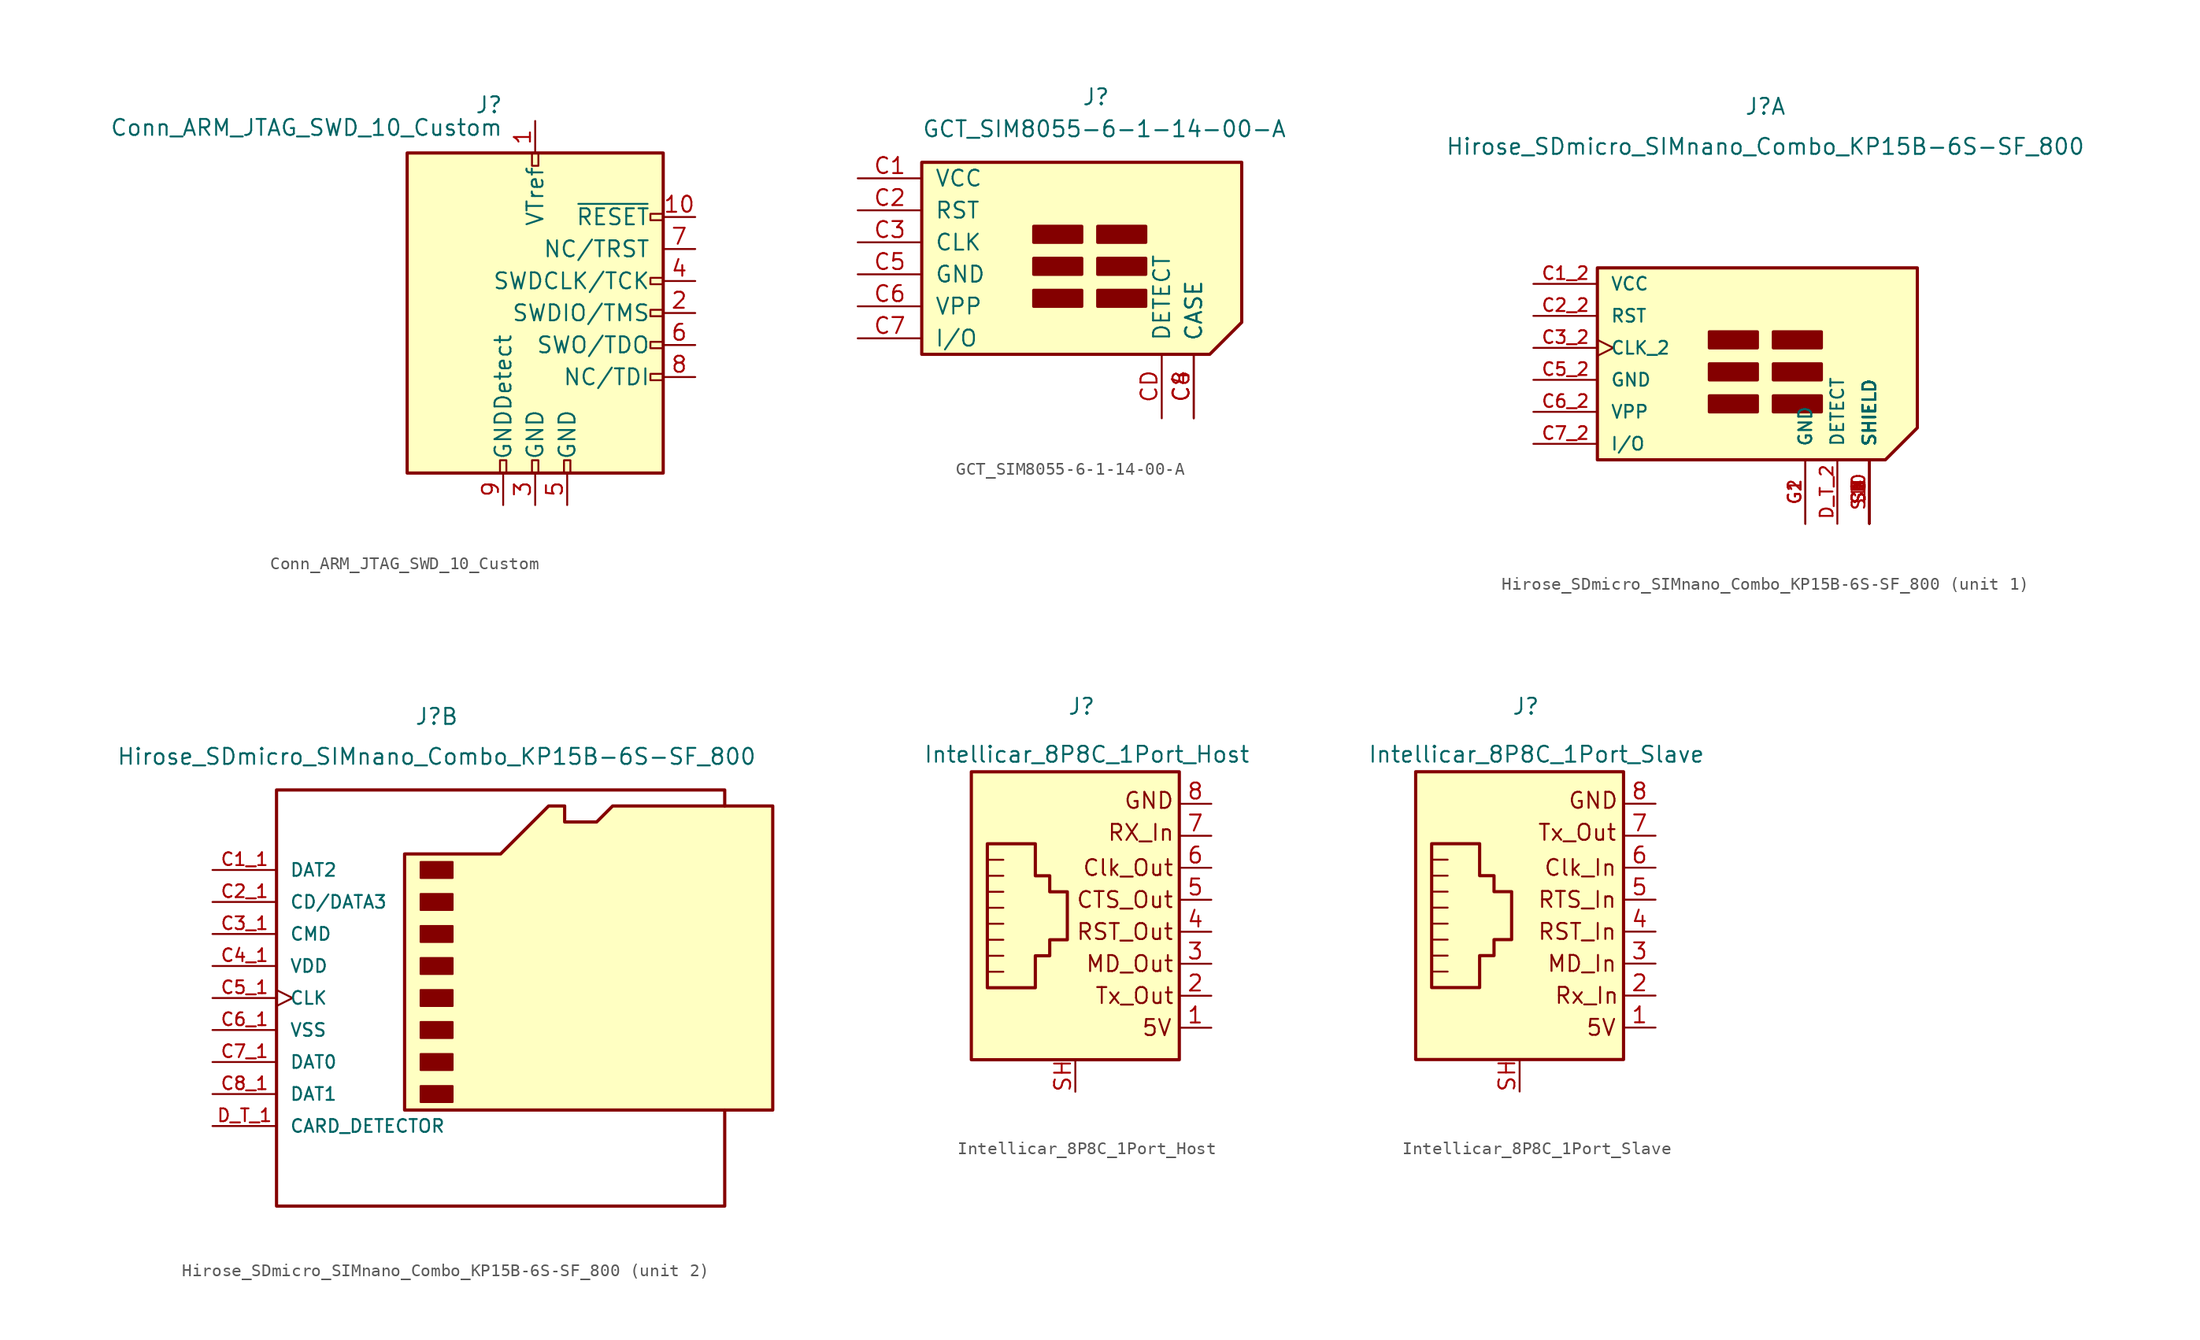
<source format=kicad_sym>
(kicad_symbol_lib
  (version 20211014)
  (generator kicad_symbol_editor)
  (symbol "Conn_ARM_JTAG_SWD_10_Custom"
    (pin_names
      (offset 1.016))
    (property "Reference" "J"
      (at -2.54 16.51 0)
      (effects (font (size 1.27 1.27)) (justify right)))
    (property "Value" "Conn_ARM_JTAG_SWD_10_Custom"
      (at -2.54 13.97 0)
      (effects (font (size 1.27 1.27)) (justify right bottom)))
    (symbol "Conn_ARM_JTAG_SWD_10_Custom_0_1"
      (rectangle (start -10.16 12.7) (end 10.16 -12.7) (stroke (width 0.254) (type default) (color 0 0 0 0)) (fill (type background)))
      (rectangle (start -2.794 -12.7) (end -2.286 -11.684) (stroke (width 0) (type default) (color 0 0 0 0)) (fill (type none)))
      (rectangle (start -0.254 -11.684) (end 0.254 -12.7) (stroke (width 0) (type default) (color 0 0 0 0)) (fill (type none)))
      (rectangle (start -0.254 12.7) (end 0.254 11.684) (stroke (width 0) (type default) (color 0 0 0 0)) (fill (type none)))
      (rectangle (start 2.286 -12.7) (end 2.794 -11.684) (stroke (width 0) (type default) (color 0 0 0 0)) (fill (type none)))
      (rectangle (start 9.144 2.286) (end 10.16 2.794) (stroke (width 0) (type default) (color 0 0 0 0)) (fill (type none)))
      (rectangle (start 10.16 -2.794) (end 9.144 -2.286) (stroke (width 0) (type default) (color 0 0 0 0)) (fill (type none)))
      (rectangle (start 10.16 -0.254) (end 9.144 0.254) (stroke (width 0) (type default) (color 0 0 0 0)) (fill (type none)))
      (rectangle (start 10.16 7.874) (end 9.144 7.366) (stroke (width 0) (type default) (color 0 0 0 0)) (fill (type none))))
    (symbol "Conn_ARM_JTAG_SWD_10_Custom_1_1"
      (rectangle (start 9.144 -5.334) (end 10.16 -4.826) (stroke (width 0) (type default) (color 0 0 0 0)) (fill (type none)))
      (pin power_in line (at 0 15.24 270) (length 2.54) (name "VTref" (effects (font (size 1.27 1.27)))) (number "1" (effects (font (size 1.27 1.27)))))
      (pin open_collector line (at 12.7 7.62 180) (length 2.54) (name "~{RESET}" (effects (font (size 1.27 1.27)))) (number "10" (effects (font (size 1.27 1.27)))))
      (pin bidirectional line (at 12.7 0 180) (length 2.54) (name "SWDIO/TMS" (effects (font (size 1.27 1.27)))) (number "2" (effects (font (size 1.27 1.27)))))
      (pin power_in line (at 0 -15.24 90) (length 2.54) (name "GND" (effects (font (size 1.27 1.27)))) (number "3" (effects (font (size 1.27 1.27)))))
      (pin output line (at 12.7 2.54 180) (length 2.54) (name "SWDCLK/TCK" (effects (font (size 1.27 1.27)))) (number "4" (effects (font (size 1.27 1.27)))))
      (pin power_in line (at 2.54 -15.24 90) (length 2.54) (name "GND" (effects (font (size 1.27 1.27)))) (number "5" (effects (font (size 1.27 1.27)))))
      (pin input line (at 12.7 -2.54 180) (length 2.54) (name "SWO/TDO" (effects (font (size 1.27 1.27)))) (number "6" (effects (font (size 1.27 1.27)))))
      (pin no_connect line (at -10.16 0 0) (length 2.54) hide (name "KEY" (effects (font (size 1.27 1.27)))) (number "7" (effects (font (size 1.27 1.27)))))
      (pin output line (at 12.7 5.08 180) (length 2.54) (name "NC/TRST" (effects (font (size 1.27 1.27)))) (number "7" (effects (font (size 1.27 1.27)))))
      (pin output line (at 12.7 -5.08 180) (length 2.54) (name "NC/TDI" (effects (font (size 1.27 1.27)))) (number "8" (effects (font (size 1.27 1.27)))))
      (pin passive line (at -2.54 -15.24 90) (length 2.54) (name "GNDDetect" (effects (font (size 1.27 1.27)))) (number "9" (effects (font (size 1.27 1.27)))))))
  (symbol "GCT_SIM8055-6-1-14-00-A"
    (pin_names
      (offset 1.016))
    (property "Reference" "J"
      (at -0.635 12.7 0)
      (effects (font (size 1.27 1.27)) (justify left bottom)))
    (property "Value" "GCT_SIM8055-6-1-14-00-A"
      (at -13.335 10.16 0)
      (effects (font (size 1.27 1.27)) (justify left bottom)))
    (symbol "GCT_SIM8055-6-1-14-00-A_1_1"
      (rectangle (start -4.445 -3.175) (end -0.635 -1.905) (stroke (width 0.254) (type default) (color 0 0 0 0)) (fill (type outline)))
      (rectangle (start -4.445 -0.635) (end -0.635 0.635) (stroke (width 0.254) (type default) (color 0 0 0 0)) (fill (type outline)))
      (rectangle (start -4.445 1.905) (end -0.635 3.175) (stroke (width 0.254) (type default) (color 0 0 0 0)) (fill (type outline)))
      (polyline (pts (xy -13.335 8.255) (xy 12.065 8.255) (xy 12.065 -4.445) (xy 9.525 -6.985) (xy -13.335 -6.985) (xy -13.335 8.255)) (stroke (width 0.254) (type default) (color 0 0 0 0)) (fill (type background)))
      (rectangle (start 0.635 -1.905) (end 4.445 -3.175) (stroke (width 0.254) (type default) (color 0 0 0 0)) (fill (type outline)))
      (rectangle (start 0.635 -0.635) (end 4.445 0.635) (stroke (width 0.254) (type default) (color 0 0 0 0)) (fill (type outline)))
      (rectangle (start 0.635 1.905) (end 4.445 3.175) (stroke (width 0.254) (type default) (color 0 0 0 0)) (fill (type outline)))
      (pin power_in line (at -18.415 6.985 0) (length 5.08) (name "VCC" (effects (font (size 1.27 1.27)))) (number "C1" (effects (font (size 1.27 1.27)))))
      (pin input line (at -18.415 4.445 0) (length 5.08) (name "RST" (effects (font (size 1.27 1.27)))) (number "C2" (effects (font (size 1.27 1.27)))))
      (pin input line (at -18.415 1.905 0) (length 5.08) (name "CLK" (effects (font (size 1.27 1.27)))) (number "C3" (effects (font (size 1.27 1.27)))))
      (pin input line (at 8.255 -12.065 90) (length 5.08) (name "CASE" (effects (font (size 1.27 1.27)))) (number "C4" (effects (font (size 1.27 1.27)))))
      (pin power_in line (at -18.415 -0.635 0) (length 5.08) (name "GND" (effects (font (size 1.27 1.27)))) (number "C5" (effects (font (size 1.27 1.27)))))
      (pin input line (at -18.415 -3.175 0) (length 5.08) (name "VPP" (effects (font (size 1.27 1.27)))) (number "C6" (effects (font (size 1.27 1.27)))))
      (pin bidirectional line (at -18.415 -5.715 0) (length 5.08) (name "I/O" (effects (font (size 1.27 1.27)))) (number "C7" (effects (font (size 1.27 1.27)))))
      (pin input line (at 8.255 -12.065 90) (length 5.08) (name "CASE" (effects (font (size 1.27 1.27)))) (number "C8" (effects (font (size 1.27 1.27)))))
      (pin input line (at 5.715 -12.065 90) (length 5.08) (name "DETECT" (effects (font (size 1.27 1.27)))) (number "CD" (effects (font (size 1.27 1.27)))))))
  (symbol "Hirose_SDmicro_SIMnano_Combo_KP15B-6S-SF_800"
    (pin_names
      (offset 1.016))
    (property "Reference" "J"
      (at 0 20.32 0)
      (effects (font (size 1.27 1.27)) (justify bottom)))
    (property "Value" "Hirose_SDmicro_SIMnano_Combo_KP15B-6S-SF_800"
      (at 0 17.145 0)
      (effects (font (size 1.27 1.27)) (justify bottom)))
    (property "ki_locked" ""
      (at 0 0 0)
      (effects (font (size 1.27 1.27))))
    (symbol "Hirose_SDmicro_SIMnano_Combo_KP15B-6S-SF_800_1_1"
      (rectangle (start -4.445 -3.175) (end -0.635 -1.905) (stroke (width 0.254) (type default) (color 0 0 0 0)) (fill (type outline)))
      (rectangle (start -4.445 -0.635) (end -0.635 0.635) (stroke (width 0.254) (type default) (color 0 0 0 0)) (fill (type outline)))
      (rectangle (start -4.445 1.905) (end -0.635 3.175) (stroke (width 0.254) (type default) (color 0 0 0 0)) (fill (type outline)))
      (polyline (pts (xy -13.335 8.255) (xy 12.065 8.255) (xy 12.065 -4.445) (xy 9.525 -6.985) (xy -13.335 -6.985) (xy -13.335 8.255)) (stroke (width 0.254) (type default) (color 0 0 0 0)) (fill (type background)))
      (rectangle (start 0.635 -1.905) (end 4.445 -3.175) (stroke (width 0.254) (type default) (color 0 0 0 0)) (fill (type outline)))
      (rectangle (start 0.635 -0.635) (end 4.445 0.635) (stroke (width 0.254) (type default) (color 0 0 0 0)) (fill (type outline)))
      (rectangle (start 0.635 1.905) (end 4.445 3.175) (stroke (width 0.254) (type default) (color 0 0 0 0)) (fill (type outline)))
      (pin power_in line (at -18.415 6.985 0) (length 5.08) (name "VCC" (effects (font (size 1.016 1.016)))) (number "C1_2" (effects (font (size 1.016 1.016)))))
      (pin input line (at -18.415 4.445 0) (length 5.08) (name "RST" (effects (font (size 1.016 1.016)))) (number "C2_2" (effects (font (size 1.016 1.016)))))
      (pin input clock (at -18.415 1.905 0) (length 5.08) (name "CLK_2" (effects (font (size 1.016 1.016)))) (number "C3_2" (effects (font (size 1.016 1.016)))))
      (pin power_in line (at -18.415 -0.635 0) (length 5.08) (name "GND" (effects (font (size 1.016 1.016)))) (number "C5_2" (effects (font (size 1.016 1.016)))))
      (pin power_in line (at -18.415 -3.175 0) (length 5.08) (name "VPP" (effects (font (size 1.016 1.016)))) (number "C6_2" (effects (font (size 1.016 1.016)))))
      (pin bidirectional line (at -18.415 -5.715 0) (length 5.08) (name "I/O" (effects (font (size 1.016 1.016)))) (number "C7_2" (effects (font (size 1.016 1.016)))))
      (pin bidirectional line (at 5.715 -12.065 90) (length 5.08) (name "DETECT" (effects (font (size 1.016 1.016)))) (number "D_T_2" (effects (font (size 1.016 1.016)))))
      (pin power_in line (at 3.175 -12.065 90) (length 5.08) (name "GND" (effects (font (size 1.016 1.016)))) (number "G1" (effects (font (size 1.016 1.016)))))
      (pin power_in line (at 3.175 -12.065 90) (length 5.08) (name "GND" (effects (font (size 1.016 1.016)))) (number "G2" (effects (font (size 1.016 1.016)))))
      (pin passive line (at 8.255 -12.065 90) (length 5.08) (name "SHIELD" (effects (font (size 1.016 1.016)))) (number "S1" (effects (font (size 1.016 1.016)))))
      (pin passive line (at 8.255 -12.065 90) (length 5.08) (name "SHIELD" (effects (font (size 1.016 1.016)))) (number "S10" (effects (font (size 1.016 1.016)))))
      (pin passive line (at 8.255 -12.065 90) (length 5.08) (name "SHIELD" (effects (font (size 1.016 1.016)))) (number "S2" (effects (font (size 1.016 1.016)))))
      (pin passive line (at 8.255 -12.065 90) (length 5.08) (name "SHIELD" (effects (font (size 1.016 1.016)))) (number "S3" (effects (font (size 1.016 1.016)))))
      (pin passive line (at 8.255 -12.065 90) (length 5.08) (name "SHIELD" (effects (font (size 1.016 1.016)))) (number "S4" (effects (font (size 1.016 1.016)))))
      (pin passive line (at 8.255 -12.065 90) (length 5.08) (name "SHIELD" (effects (font (size 1.016 1.016)))) (number "S5" (effects (font (size 1.016 1.016)))))
      (pin passive line (at 8.255 -12.065 90) (length 5.08) (name "SHIELD" (effects (font (size 1.016 1.016)))) (number "S6" (effects (font (size 1.016 1.016)))))
      (pin passive line (at 8.255 -12.065 90) (length 5.08) (name "SHIELD" (effects (font (size 1.016 1.016)))) (number "S7" (effects (font (size 1.016 1.016)))))
      (pin passive line (at 8.255 -12.065 90) (length 5.08) (name "SHIELD" (effects (font (size 1.016 1.016)))) (number "S8" (effects (font (size 1.016 1.016)))))
      (pin passive line (at 8.255 -12.065 90) (length 5.08) (name "SHIELD" (effects (font (size 1.016 1.016)))) (number "S9" (effects (font (size 1.016 1.016))))))
    (symbol "Hirose_SDmicro_SIMnano_Combo_KP15B-6S-SF_800_2_1"
      (rectangle (start -1.27 -8.255) (end 1.27 -9.525) (stroke (width 0) (type default) (color 0 0 0 0)) (fill (type outline)))
      (rectangle (start -1.27 -5.715) (end 1.27 -6.985) (stroke (width 0) (type default) (color 0 0 0 0)) (fill (type outline)))
      (rectangle (start -1.27 -3.175) (end 1.27 -4.445) (stroke (width 0) (type default) (color 0 0 0 0)) (fill (type outline)))
      (rectangle (start -1.27 -0.635) (end 1.27 -1.905) (stroke (width 0) (type default) (color 0 0 0 0)) (fill (type outline)))
      (rectangle (start -1.27 1.905) (end 1.27 0.635) (stroke (width 0) (type default) (color 0 0 0 0)) (fill (type outline)))
      (rectangle (start -1.27 4.445) (end 1.27 3.175) (stroke (width 0) (type default) (color 0 0 0 0)) (fill (type outline)))
      (rectangle (start -1.27 6.985) (end 1.27 5.715) (stroke (width 0) (type default) (color 0 0 0 0)) (fill (type outline)))
      (rectangle (start -1.27 9.525) (end 1.27 8.255) (stroke (width 0) (type default) (color 0 0 0 0)) (fill (type outline)))
      (polyline (pts (xy 22.86 13.97) (xy 22.86 15.24) (xy -12.7 15.24) (xy -12.7 -17.78) (xy 22.86 -17.78) (xy 22.86 -10.16)) (stroke (width 0.254) (type default) (color 0 0 0 0)) (fill (type none)))
      (polyline (pts (xy -2.54 -10.16) (xy -2.54 10.16) (xy 5.08 10.16) (xy 8.89 13.97) (xy 10.16 13.97) (xy 10.16 12.7) (xy 12.7 12.7) (xy 13.97 13.97) (xy 26.67 13.97) (xy 26.67 -10.16) (xy -2.54 -10.16)) (stroke (width 0.254) (type default) (color 0 0 0 0)) (fill (type background)))
      (pin bidirectional line (at -17.78 8.89 0) (length 5.08) (name "DAT2" (effects (font (size 1.016 1.016)))) (number "C1_1" (effects (font (size 1.016 1.016)))))
      (pin bidirectional line (at -17.78 6.35 0) (length 5.08) (name "CD/DATA3" (effects (font (size 1.016 1.016)))) (number "C2_1" (effects (font (size 1.016 1.016)))))
      (pin input line (at -17.78 3.81 0) (length 5.08) (name "CMD" (effects (font (size 1.016 1.016)))) (number "C3_1" (effects (font (size 1.016 1.016)))))
      (pin power_in line (at -17.78 1.27 0) (length 5.08) (name "VDD" (effects (font (size 1.016 1.016)))) (number "C4_1" (effects (font (size 1.016 1.016)))))
      (pin input clock (at -17.78 -1.27 0) (length 5.08) (name "CLK" (effects (font (size 1.016 1.016)))) (number "C5_1" (effects (font (size 1.016 1.016)))))
      (pin power_in line (at -17.78 -3.81 0) (length 5.08) (name "VSS" (effects (font (size 1.016 1.016)))) (number "C6_1" (effects (font (size 1.016 1.016)))))
      (pin bidirectional line (at -17.78 -6.35 0) (length 5.08) (name "DAT0" (effects (font (size 1.016 1.016)))) (number "C7_1" (effects (font (size 1.016 1.016)))))
      (pin bidirectional line (at -17.78 -8.89 0) (length 5.08) (name "DAT1" (effects (font (size 1.016 1.016)))) (number "C8_1" (effects (font (size 1.016 1.016)))))
      (pin bidirectional line (at -17.78 -11.43 0) (length 5.08) (name "CARD_DETECTOR" (effects (font (size 1.016 1.016)))) (number "D_T_1" (effects (font (size 1.016 1.016)))))))
  (symbol "Intellicar_8P8C_1Port_Host"
    (pin_names
      (offset 1.016) hide)
    (property "Reference" "J"
      (at -0.635 15.875 0)
      (effects (font (size 1.27 1.27)) (justify left bottom)))
    (property "Value" "Intellicar_8P8C_1Port_Host"
      (at -12.065 12.065 0)
      (effects (font (size 1.27 1.27)) (justify left bottom)))
    (symbol "Intellicar_8P8C_1Port_Host_0_0"
      (polyline (pts (xy -3.175 5.715) (xy -3.175 3.175) (xy -2.032 3.175) (xy -2.032 1.905) (xy -0.635 1.905) (xy -0.635 -1.905) (xy -2.032 -1.905) (xy -2.032 -3.175) (xy -3.175 -3.175) (xy -3.175 -5.715) (xy -6.985 -5.715) (xy -6.985 5.715) (xy -3.175 5.715)) (stroke (width 0.254) (type default) (color 0 0 0 0)) (fill (type none)))
      (text "5V" (at 6.477 -8.89 0) (effects (font (size 1.27 1.27))))
      (text "Clk_Out" (at 4.191 3.81 0) (effects (font (size 1.27 1.27))))
      (text "CTS_Out" (at 3.937 1.27 0) (effects (font (size 1.27 1.27))))
      (text "GND" (at 5.842 9.144 0) (effects (font (size 1.27 1.27))))
      (text "MD_Out" (at 4.318 -3.81 0) (effects (font (size 1.27 1.27))))
      (text "RST_Out" (at 3.937 -1.27 0) (effects (font (size 1.27 1.27))))
      (text "RX_In" (at 5.207 6.604 0) (effects (font (size 1.27 1.27))))
      (text "Tx_Out" (at 4.699 -6.35 0) (effects (font (size 1.27 1.27)))))
    (symbol "Intellicar_8P8C_1Port_Host_0_1"
      (rectangle (start 8.255 11.43) (end -8.255 -11.43) (stroke (width 0.254) (type default) (color 0 0 0 0)) (fill (type background)))
      (pin passive line (at 0 -13.97 90) (length 2.54) (name "~" (effects (font (size 1.27 1.27)))) (number "SH" (effects (font (size 1.27 1.27))))))
    (symbol "Intellicar_8P8C_1Port_Host_1_1"
      (polyline (pts (xy -5.715 3.175) (xy -6.985 3.175)) (stroke (width 0) (type default) (color 0 0 0 0)) (fill (type none)))
      (polyline (pts (xy -5.715 4.445) (xy -6.985 4.445)) (stroke (width 0) (type default) (color 0 0 0 0)) (fill (type none)))
      (polyline (pts (xy -6.985 -4.445) (xy -5.715 -4.445) (xy -5.715 -4.445)) (stroke (width 0) (type default) (color 0 0 0 0)) (fill (type none)))
      (polyline (pts (xy -6.985 -3.175) (xy -5.715 -3.175) (xy -5.715 -3.175)) (stroke (width 0) (type default) (color 0 0 0 0)) (fill (type none)))
      (polyline (pts (xy -6.985 -1.905) (xy -5.715 -1.905) (xy -5.715 -1.905)) (stroke (width 0) (type default) (color 0 0 0 0)) (fill (type none)))
      (polyline (pts (xy -6.985 -0.635) (xy -5.715 -0.635) (xy -5.715 -0.635)) (stroke (width 0) (type default) (color 0 0 0 0)) (fill (type none)))
      (polyline (pts (xy -6.985 0.635) (xy -5.715 0.635) (xy -5.715 0.635)) (stroke (width 0) (type default) (color 0 0 0 0)) (fill (type none)))
      (polyline (pts (xy -5.715 1.905) (xy -6.985 1.905) (xy -6.985 1.905)) (stroke (width 0) (type default) (color 0 0 0 0)) (fill (type none)))
      (pin passive line (at 10.795 -8.89 180) (length 2.54) (name "5V" (effects (font (size 1.27 1.27)))) (number "1" (effects (font (size 1.27 1.27)))))
      (pin passive line (at 10.795 -6.35 180) (length 2.54) (name "TX_Out" (effects (font (size 1.27 1.27)))) (number "2" (effects (font (size 1.27 1.27)))))
      (pin passive line (at 10.795 -3.81 180) (length 2.54) (name "MD_Out" (effects (font (size 1.27 1.27)))) (number "3" (effects (font (size 1.27 1.27)))))
      (pin passive line (at 10.795 -1.27 180) (length 2.54) (name "RST_Out" (effects (font (size 1.27 1.27)))) (number "4" (effects (font (size 1.27 1.27)))))
      (pin passive line (at 10.795 1.27 180) (length 2.54) (name "CTS_Out" (effects (font (size 1.27 1.27)))) (number "5" (effects (font (size 1.27 1.27)))))
      (pin passive line (at 10.795 3.81 180) (length 2.54) (name "Capture_Clk_Out" (effects (font (size 1.27 1.27)))) (number "6" (effects (font (size 1.27 1.27)))))
      (pin passive line (at 10.795 6.35 180) (length 2.54) (name "RX_In" (effects (font (size 1.27 1.27)))) (number "7" (effects (font (size 1.27 1.27)))))
      (pin passive line (at 10.795 8.89 180) (length 2.54) (name "GND" (effects (font (size 1.27 1.27)))) (number "8" (effects (font (size 1.27 1.27)))))))
  (symbol "Intellicar_8P8C_1Port_Slave"
    (pin_names
      (offset 1.016) hide)
    (property "Reference" "J"
      (at -0.635 15.875 0)
      (effects (font (size 1.27 1.27)) (justify left bottom)))
    (property "Value" "Intellicar_8P8C_1Port_Slave"
      (at -12.065 12.065 0)
      (effects (font (size 1.27 1.27)) (justify left bottom)))
    (symbol "Intellicar_8P8C_1Port_Slave_0_0"
      (polyline (pts (xy -3.175 5.715) (xy -3.175 3.175) (xy -2.032 3.175) (xy -2.032 1.905) (xy -0.635 1.905) (xy -0.635 -1.905) (xy -2.032 -1.905) (xy -2.032 -3.175) (xy -3.175 -3.175) (xy -3.175 -5.715) (xy -6.985 -5.715) (xy -6.985 5.715) (xy -3.175 5.715)) (stroke (width 0.254) (type default) (color 0 0 0 0)) (fill (type none)))
      (text "5V" (at 6.477 -8.89 0) (effects (font (size 1.27 1.27))))
      (text "Clk_In" (at 4.826 3.81 0) (effects (font (size 1.27 1.27))))
      (text "GND" (at 5.842 9.144 0) (effects (font (size 1.27 1.27))))
      (text "MD_In" (at 4.953 -3.81 0) (effects (font (size 1.27 1.27))))
      (text "RST_In" (at 4.572 -1.27 0) (effects (font (size 1.27 1.27))))
      (text "RTS_In" (at 4.572 1.27 0) (effects (font (size 1.27 1.27))))
      (text "Rx_In" (at 5.334 -6.35 0) (effects (font (size 1.27 1.27))))
      (text "Tx_Out" (at 4.572 6.604 0) (effects (font (size 1.27 1.27)))))
    (symbol "Intellicar_8P8C_1Port_Slave_0_1"
      (rectangle (start 8.255 11.43) (end -8.255 -11.43) (stroke (width 0.254) (type default) (color 0 0 0 0)) (fill (type background)))
      (pin passive line (at 0 -13.97 90) (length 2.54) (name "~" (effects (font (size 1.27 1.27)))) (number "SH" (effects (font (size 1.27 1.27))))))
    (symbol "Intellicar_8P8C_1Port_Slave_1_1"
      (polyline (pts (xy -5.715 3.175) (xy -6.985 3.175)) (stroke (width 0) (type default) (color 0 0 0 0)) (fill (type none)))
      (polyline (pts (xy -5.715 4.445) (xy -6.985 4.445)) (stroke (width 0) (type default) (color 0 0 0 0)) (fill (type none)))
      (polyline (pts (xy -6.985 -4.445) (xy -5.715 -4.445) (xy -5.715 -4.445)) (stroke (width 0) (type default) (color 0 0 0 0)) (fill (type none)))
      (polyline (pts (xy -6.985 -3.175) (xy -5.715 -3.175) (xy -5.715 -3.175)) (stroke (width 0) (type default) (color 0 0 0 0)) (fill (type none)))
      (polyline (pts (xy -6.985 -1.905) (xy -5.715 -1.905) (xy -5.715 -1.905)) (stroke (width 0) (type default) (color 0 0 0 0)) (fill (type none)))
      (polyline (pts (xy -6.985 -0.635) (xy -5.715 -0.635) (xy -5.715 -0.635)) (stroke (width 0) (type default) (color 0 0 0 0)) (fill (type none)))
      (polyline (pts (xy -6.985 0.635) (xy -5.715 0.635) (xy -5.715 0.635)) (stroke (width 0) (type default) (color 0 0 0 0)) (fill (type none)))
      (polyline (pts (xy -5.715 1.905) (xy -6.985 1.905) (xy -6.985 1.905)) (stroke (width 0) (type default) (color 0 0 0 0)) (fill (type none)))
      (pin passive line (at 10.795 -8.89 180) (length 2.54) (name "5V" (effects (font (size 1.27 1.27)))) (number "1" (effects (font (size 1.27 1.27)))))
      (pin passive line (at 10.795 -6.35 180) (length 2.54) (name "TX_Out" (effects (font (size 1.27 1.27)))) (number "2" (effects (font (size 1.27 1.27)))))
      (pin passive line (at 10.795 -3.81 180) (length 2.54) (name "MD_Out" (effects (font (size 1.27 1.27)))) (number "3" (effects (font (size 1.27 1.27)))))
      (pin passive line (at 10.795 -1.27 180) (length 2.54) (name "RST_Out" (effects (font (size 1.27 1.27)))) (number "4" (effects (font (size 1.27 1.27)))))
      (pin passive line (at 10.795 1.27 180) (length 2.54) (name "CTS_Out" (effects (font (size 1.27 1.27)))) (number "5" (effects (font (size 1.27 1.27)))))
      (pin passive line (at 10.795 3.81 180) (length 2.54) (name "Capture_Clk_Out" (effects (font (size 1.27 1.27)))) (number "6" (effects (font (size 1.27 1.27)))))
      (pin passive line (at 10.795 6.35 180) (length 2.54) (name "RX_In" (effects (font (size 1.27 1.27)))) (number "7" (effects (font (size 1.27 1.27)))))
      (pin passive line (at 10.795 8.89 180) (length 2.54) (name "GND" (effects (font (size 1.27 1.27)))) (number "8" (effects (font (size 1.27 1.27))))))))
</source>
